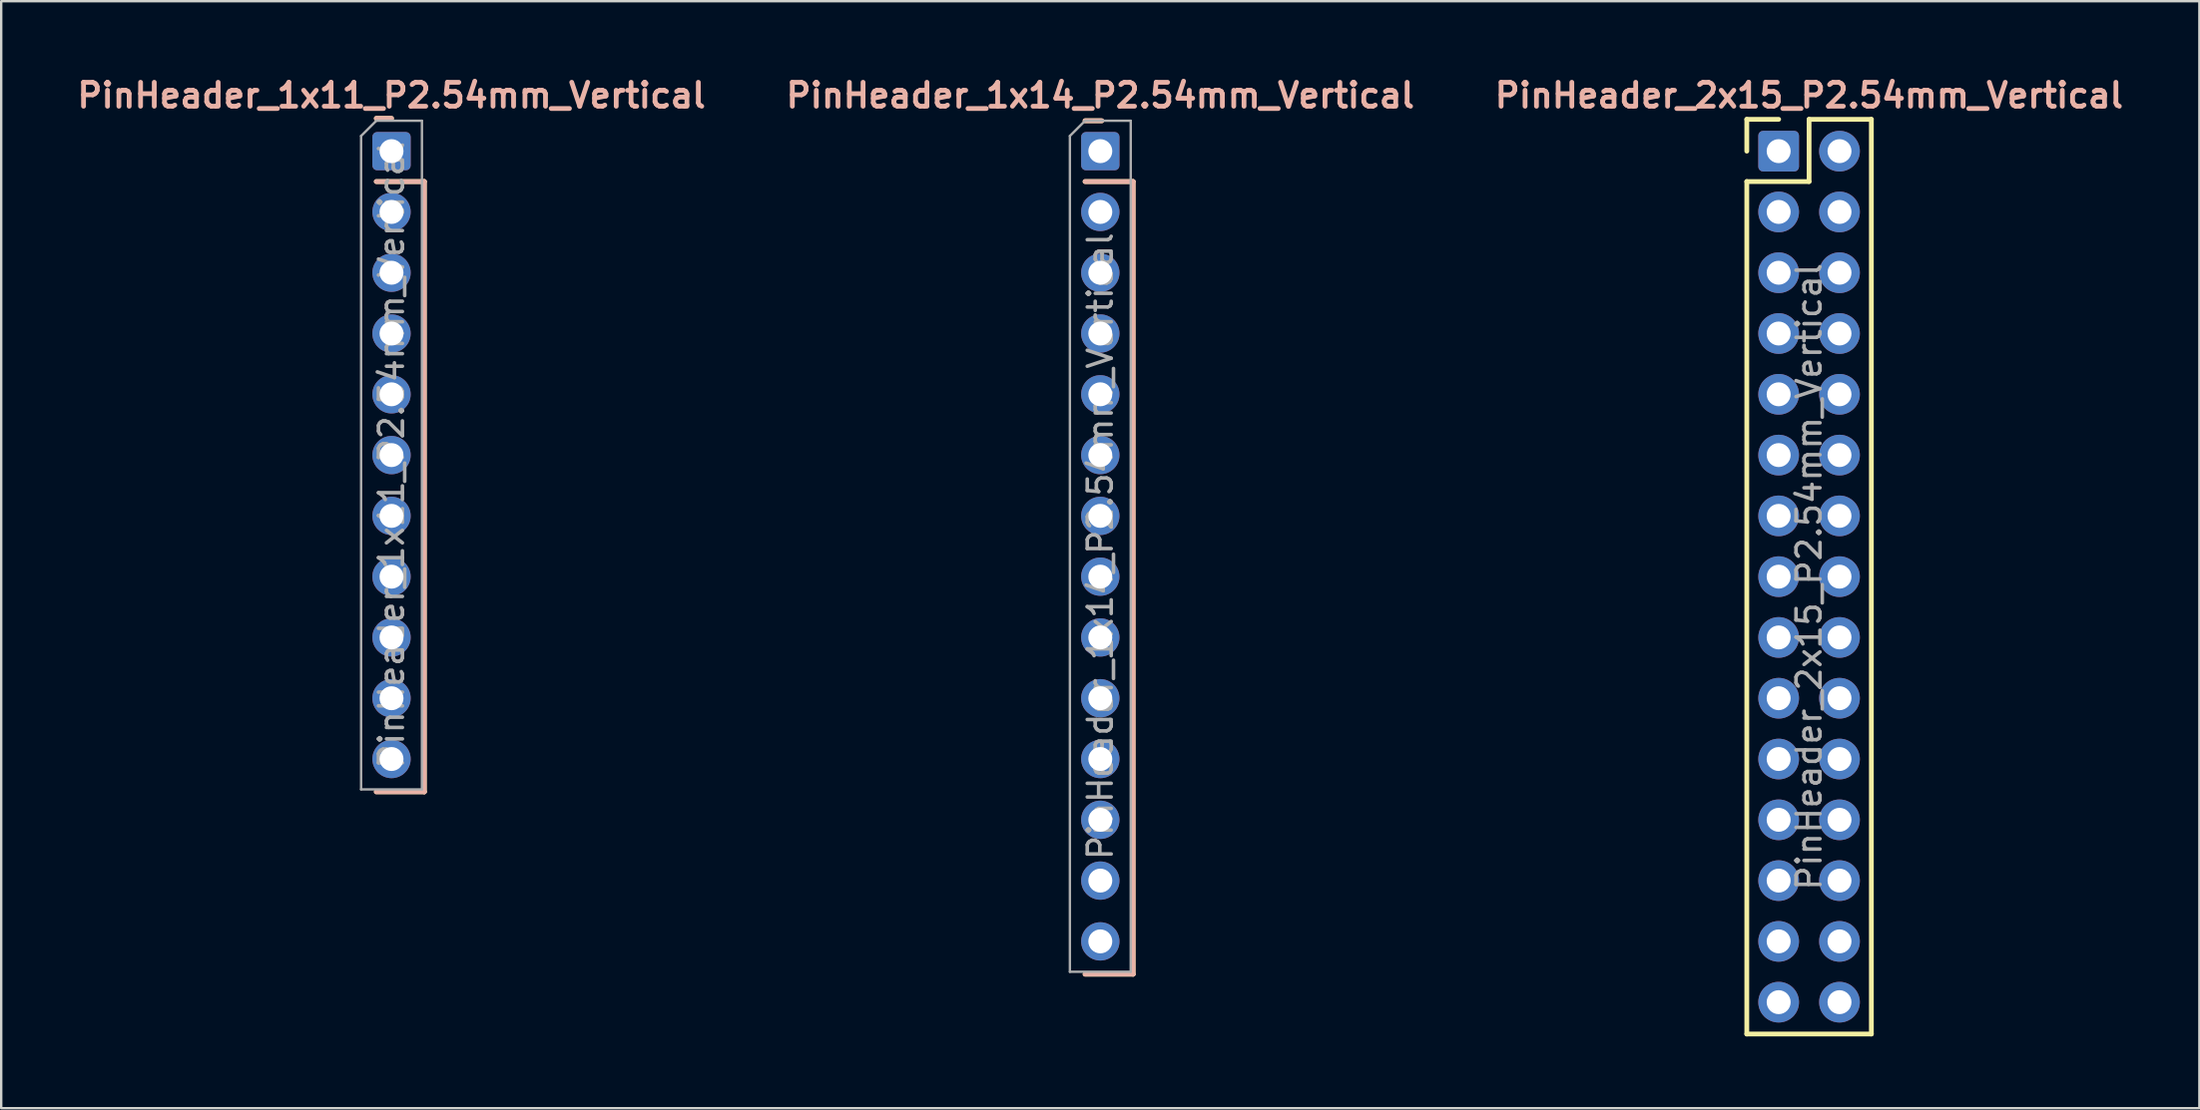
<source format=kicad_pcb>
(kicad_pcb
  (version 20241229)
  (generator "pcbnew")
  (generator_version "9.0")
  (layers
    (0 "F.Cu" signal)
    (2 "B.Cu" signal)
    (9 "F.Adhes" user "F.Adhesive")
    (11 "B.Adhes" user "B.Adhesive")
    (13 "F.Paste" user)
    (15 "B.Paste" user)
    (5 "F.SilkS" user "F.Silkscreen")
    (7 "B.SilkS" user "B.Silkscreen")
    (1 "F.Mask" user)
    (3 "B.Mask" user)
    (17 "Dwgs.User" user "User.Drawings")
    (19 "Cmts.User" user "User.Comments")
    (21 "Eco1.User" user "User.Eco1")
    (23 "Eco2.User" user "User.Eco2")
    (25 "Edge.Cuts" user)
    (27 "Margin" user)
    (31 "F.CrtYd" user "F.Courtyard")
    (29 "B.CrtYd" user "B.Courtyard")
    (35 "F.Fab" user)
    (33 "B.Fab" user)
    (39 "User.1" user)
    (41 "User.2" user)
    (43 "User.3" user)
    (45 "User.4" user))
  (footprint "PinHeader_1x11_P2.54mm_Vertical"
    (layer "F.Cu")
    (at 13.295 3.266)
    (property "Reference" "PinHeader_1x11_P2.54mm_Vertical" (at 0 -2.33 0) (layer "B.SilkS") (effects (font (size 1 1) (thickness 0.2) (bold yes))))
    (attr through_hole)
    (fp_line (start -0.635 -1.37) (end 0 -1.37) (stroke (width 0.2) (type solid)) (layer "F.SilkS"))
    (fp_line (start -0.635 1.27) (end 1.37 1.27) (stroke (width 0.2) (type solid)) (layer "F.SilkS"))
    (fp_line (start -0.635 26.77) (end 1.37 26.77) (stroke (width 0.2) (type solid)) (layer "F.SilkS"))
    (fp_line (start 1.37 1.27) (end 1.37 26.77) (stroke (width 0.2) (type solid)) (layer "F.SilkS"))
    (fp_line (start -0.635 -1.37) (end 0 -1.37) (stroke (width 0.2) (type solid)) (layer "B.SilkS"))
    (fp_line (start -0.635 1.27) (end 1.37 1.27) (stroke (width 0.2) (type solid)) (layer "B.SilkS"))
    (fp_line (start -0.635 26.77) (end 1.37 26.77) (stroke (width 0.2) (type solid)) (layer "B.SilkS"))
    (fp_line (start 1.37 1.27) (end 1.37 26.77) (stroke (width 0.2) (type solid)) (layer "B.SilkS"))
    (fp_line (start -1.27 -0.635) (end -0.635 -1.27) (stroke (width 0.1) (type solid)) (layer "F.Fab"))
    (fp_line (start -1.27 26.67) (end -1.27 -0.635) (stroke (width 0.1) (type solid)) (layer "F.Fab"))
    (fp_line (start -0.635 -1.27) (end 1.27 -1.27) (stroke (width 0.1) (type solid)) (layer "F.Fab"))
    (fp_line (start 1.27 -1.27) (end 1.27 26.67) (stroke (width 0.1) (type solid)) (layer "F.Fab"))
    (fp_line (start 1.27 26.67) (end -1.27 26.67) (stroke (width 0.1) (type solid)) (layer "F.Fab"))
    (fp_text user "${REFERENCE}" (at 0 12.7 90) (layer "F.Fab") (effects (font (size 1 1) (thickness 0.15))))
    (pad "1" thru_hole roundrect (at 0 0) (size 1.6 1.6) (drill 1) (layers "*.Cu" "*.Mask") (roundrect_rratio 0.125))
    (pad "2" thru_hole oval (at 0 2.54) (size 1.6 1.6) (drill 1) (layers "*.Cu" "*.Mask"))
    (pad "3" thru_hole oval (at 0 5.08) (size 1.6 1.6) (drill 1) (layers "*.Cu" "*.Mask"))
    (pad "4" thru_hole oval (at 0 7.62) (size 1.6 1.6) (drill 1) (layers "*.Cu" "*.Mask"))
    (pad "5" thru_hole oval (at 0 10.16) (size 1.6 1.6) (drill 1) (layers "*.Cu" "*.Mask"))
    (pad "6" thru_hole oval (at 0 12.7) (size 1.6 1.6) (drill 1) (layers "*.Cu" "*.Mask"))
    (pad "7" thru_hole oval (at 0 15.24) (size 1.6 1.6) (drill 1) (layers "*.Cu" "*.Mask"))
    (pad "8" thru_hole oval (at 0 17.78) (size 1.6 1.6) (drill 1) (layers "*.Cu" "*.Mask"))
    (pad "9" thru_hole oval (at 0 20.32) (size 1.6 1.6) (drill 1) (layers "*.Cu" "*.Mask"))
    (pad "10" thru_hole oval (at 0 22.86) (size 1.6 1.6) (drill 1) (layers "*.Cu" "*.Mask"))
    (pad "11" thru_hole oval (at 0 25.4) (size 1.6 1.6) (drill 1) (layers "*.Cu" "*.Mask")))
  (footprint "PinHeader_1x14_P2.54mm_Vertical"
    (layer "F.Cu")
    (at 42.886 3.266)
    (property "Reference" "PinHeader_1x14_P2.54mm_Vertical" (at 0 -2.33 0) (layer "B.SilkS") (effects (font (size 1 1) (thickness 0.2) (bold yes))))
    (attr through_hole)
    (fp_line (start -0.635 -1.27) (end 0.06 -1.27) (stroke (width 0.2) (type solid)) (layer "F.SilkS"))
    (fp_line (start -0.635 1.27) (end 1.37 1.27) (stroke (width 0.2) (type solid)) (layer "F.SilkS"))
    (fp_line (start -0.635 34.39) (end 1.37 34.39) (stroke (width 0.2) (type solid)) (layer "F.SilkS"))
    (fp_line (start 1.37 1.27) (end 1.37 34.39) (stroke (width 0.2) (type solid)) (layer "F.SilkS"))
    (fp_line (start -0.635 -1.27) (end 0.06 -1.27) (stroke (width 0.2) (type solid)) (layer "B.SilkS"))
    (fp_line (start -0.635 1.27) (end 1.37 1.27) (stroke (width 0.2) (type solid)) (layer "B.SilkS"))
    (fp_line (start -0.635 34.39) (end 1.37 34.39) (stroke (width 0.2) (type solid)) (layer "B.SilkS"))
    (fp_line (start 1.37 1.27) (end 1.37 34.39) (stroke (width 0.2) (type solid)) (layer "B.SilkS"))
    (fp_line (start -1.27 -0.635) (end -0.635 -1.27) (stroke (width 0.1) (type solid)) (layer "F.Fab"))
    (fp_line (start -1.27 34.29) (end -1.27 -0.635) (stroke (width 0.1) (type solid)) (layer "F.Fab"))
    (fp_line (start -0.635 -1.27) (end 1.27 -1.27) (stroke (width 0.1) (type solid)) (layer "F.Fab"))
    (fp_line (start 1.27 -1.27) (end 1.27 34.29) (stroke (width 0.1) (type solid)) (layer "F.Fab"))
    (fp_line (start 1.27 34.29) (end -1.27 34.29) (stroke (width 0.1) (type solid)) (layer "F.Fab"))
    (fp_text user "${REFERENCE}" (at 0 16.51 90) (layer "F.Fab") (effects (font (size 1 1) (thickness 0.15))))
    (pad "1" thru_hole roundrect (at 0 0) (size 1.6 1.6) (drill 1) (layers "*.Cu" "*.Mask") (roundrect_rratio 0.125))
    (pad "2" thru_hole oval (at 0 2.54) (size 1.6 1.6) (drill 1) (layers "*.Cu" "*.Mask"))
    (pad "3" thru_hole oval (at 0 5.08) (size 1.6 1.6) (drill 1) (layers "*.Cu" "*.Mask"))
    (pad "4" thru_hole oval (at 0 7.62) (size 1.6 1.6) (drill 1) (layers "*.Cu" "*.Mask"))
    (pad "5" thru_hole oval (at 0 10.16) (size 1.6 1.6) (drill 1) (layers "*.Cu" "*.Mask"))
    (pad "6" thru_hole oval (at 0 12.7) (size 1.6 1.6) (drill 1) (layers "*.Cu" "*.Mask"))
    (pad "7" thru_hole oval (at 0 15.24) (size 1.6 1.6) (drill 1) (layers "*.Cu" "*.Mask"))
    (pad "8" thru_hole oval (at 0 17.78) (size 1.6 1.6) (drill 1) (layers "*.Cu" "*.Mask"))
    (pad "9" thru_hole oval (at 0 20.32) (size 1.6 1.6) (drill 1) (layers "*.Cu" "*.Mask"))
    (pad "10" thru_hole oval (at 0 22.86) (size 1.6 1.6) (drill 1) (layers "*.Cu" "*.Mask"))
    (pad "11" thru_hole oval (at 0 25.4) (size 1.6 1.6) (drill 1) (layers "*.Cu" "*.Mask"))
    (pad "12" thru_hole oval (at 0 27.94) (size 1.6 1.6) (drill 1) (layers "*.Cu" "*.Mask"))
    (pad "13" thru_hole oval (at 0 30.48) (size 1.6 1.6) (drill 1) (layers "*.Cu" "*.Mask"))
    (pad "14" thru_hole oval (at 0 33.02) (size 1.6 1.6) (drill 1) (layers "*.Cu" "*.Mask")))
  (footprint "PinHeader_2x15_P2.54mm_Vertical"
    (layer "F.Cu")
    (at 71.206 3.266)
    (property "Reference" "PinHeader_2x15_P2.54mm_Vertical" (at 1.27 -2.33 0) (layer "B.SilkS") (effects (font (size 1 1) (thickness 0.2) (bold yes))))
    (attr through_hole)
    (fp_line (start -1.33 -1.33) (end 0 -1.33) (stroke (width 0.2) (type solid)) (layer "F.SilkS"))
    (fp_line (start -1.33 0) (end -1.33 -1.33) (stroke (width 0.2) (type solid)) (layer "F.SilkS"))
    (fp_line (start -1.33 1.27) (end -1.33 36.89) (stroke (width 0.2) (type solid)) (layer "F.SilkS"))
    (fp_line (start -1.33 1.27) (end 1.27 1.27) (stroke (width 0.2) (type solid)) (layer "F.SilkS"))
    (fp_line (start -1.33 36.89) (end 3.87 36.89) (stroke (width 0.2) (type solid)) (layer "F.SilkS"))
    (fp_line (start 1.27 -1.33) (end 3.87 -1.33) (stroke (width 0.2) (type solid)) (layer "F.SilkS"))
    (fp_line (start 1.27 1.27) (end 1.27 -1.33) (stroke (width 0.2) (type solid)) (layer "F.SilkS"))
    (fp_line (start 3.87 -1.33) (end 3.87 36.89) (stroke (width 0.2) (type solid)) (layer "F.SilkS"))
    (fp_text user "${REFERENCE}" (at 1.27 17.78 90) (layer "F.Fab") (effects (font (size 1 1) (thickness 0.15))))
    (pad "1" thru_hole roundrect (at 0 0) (size 1.7 1.7) (drill 1) (layers "*.Cu" "*.Mask") (roundrect_rratio 0.118))
    (pad "2" thru_hole oval (at 2.54 0) (size 1.7 1.7) (drill 1) (layers "*.Cu" "*.Mask"))
    (pad "3" thru_hole oval (at 0 2.54) (size 1.7 1.7) (drill 1) (layers "*.Cu" "*.Mask"))
    (pad "4" thru_hole oval (at 2.54 2.54) (size 1.7 1.7) (drill 1) (layers "*.Cu" "*.Mask"))
    (pad "5" thru_hole oval (at 0 5.08) (size 1.7 1.7) (drill 1) (layers "*.Cu" "*.Mask"))
    (pad "6" thru_hole oval (at 2.54 5.08) (size 1.7 1.7) (drill 1) (layers "*.Cu" "*.Mask"))
    (pad "7" thru_hole oval (at 0 7.62) (size 1.7 1.7) (drill 1) (layers "*.Cu" "*.Mask"))
    (pad "8" thru_hole oval (at 2.54 7.62) (size 1.7 1.7) (drill 1) (layers "*.Cu" "*.Mask"))
    (pad "9" thru_hole oval (at 0 10.16) (size 1.7 1.7) (drill 1) (layers "*.Cu" "*.Mask"))
    (pad "10" thru_hole oval (at 2.54 10.16) (size 1.7 1.7) (drill 1) (layers "*.Cu" "*.Mask"))
    (pad "11" thru_hole oval (at 0 12.7) (size 1.7 1.7) (drill 1) (layers "*.Cu" "*.Mask"))
    (pad "12" thru_hole oval (at 2.54 12.7) (size 1.7 1.7) (drill 1) (layers "*.Cu" "*.Mask"))
    (pad "13" thru_hole oval (at 0 15.24) (size 1.7 1.7) (drill 1) (layers "*.Cu" "*.Mask"))
    (pad "14" thru_hole oval (at 2.54 15.24) (size 1.7 1.7) (drill 1) (layers "*.Cu" "*.Mask"))
    (pad "15" thru_hole oval (at 0 17.78) (size 1.7 1.7) (drill 1) (layers "*.Cu" "*.Mask"))
    (pad "16" thru_hole oval (at 2.54 17.78) (size 1.7 1.7) (drill 1) (layers "*.Cu" "*.Mask"))
    (pad "17" thru_hole oval (at 0 20.32) (size 1.7 1.7) (drill 1) (layers "*.Cu" "*.Mask"))
    (pad "18" thru_hole oval (at 2.54 20.32) (size 1.7 1.7) (drill 1) (layers "*.Cu" "*.Mask"))
    (pad "19" thru_hole oval (at 0 22.86) (size 1.7 1.7) (drill 1) (layers "*.Cu" "*.Mask"))
    (pad "20" thru_hole oval (at 2.54 22.86) (size 1.7 1.7) (drill 1) (layers "*.Cu" "*.Mask"))
    (pad "21" thru_hole oval (at 0 25.4) (size 1.7 1.7) (drill 1) (layers "*.Cu" "*.Mask"))
    (pad "22" thru_hole oval (at 2.54 25.4) (size 1.7 1.7) (drill 1) (layers "*.Cu" "*.Mask"))
    (pad "23" thru_hole oval (at 0 27.94) (size 1.7 1.7) (drill 1) (layers "*.Cu" "*.Mask"))
    (pad "24" thru_hole oval (at 2.54 27.94) (size 1.7 1.7) (drill 1) (layers "*.Cu" "*.Mask"))
    (pad "25" thru_hole oval (at 0 30.48) (size 1.7 1.7) (drill 1) (layers "*.Cu" "*.Mask"))
    (pad "26" thru_hole oval (at 2.54 30.48) (size 1.7 1.7) (drill 1) (layers "*.Cu" "*.Mask"))
    (pad "27" thru_hole oval (at 0 33.02) (size 1.7 1.7) (drill 1) (layers "*.Cu" "*.Mask"))
    (pad "28" thru_hole oval (at 2.54 33.02) (size 1.7 1.7) (drill 1) (layers "*.Cu" "*.Mask"))
    (pad "29" thru_hole oval (at 0 35.56) (size 1.7 1.7) (drill 1) (layers "*.Cu" "*.Mask"))
    (pad "30" thru_hole oval (at 2.54 35.56) (size 1.7 1.7) (drill 1) (layers "*.Cu" "*.Mask")))
  (gr_rect
    (start -3 -3)
    (end 88.771 43.256)
    (stroke (width 0.1) (type default))
    (fill no)
    (layer "Edge.Cuts")))
</source>
